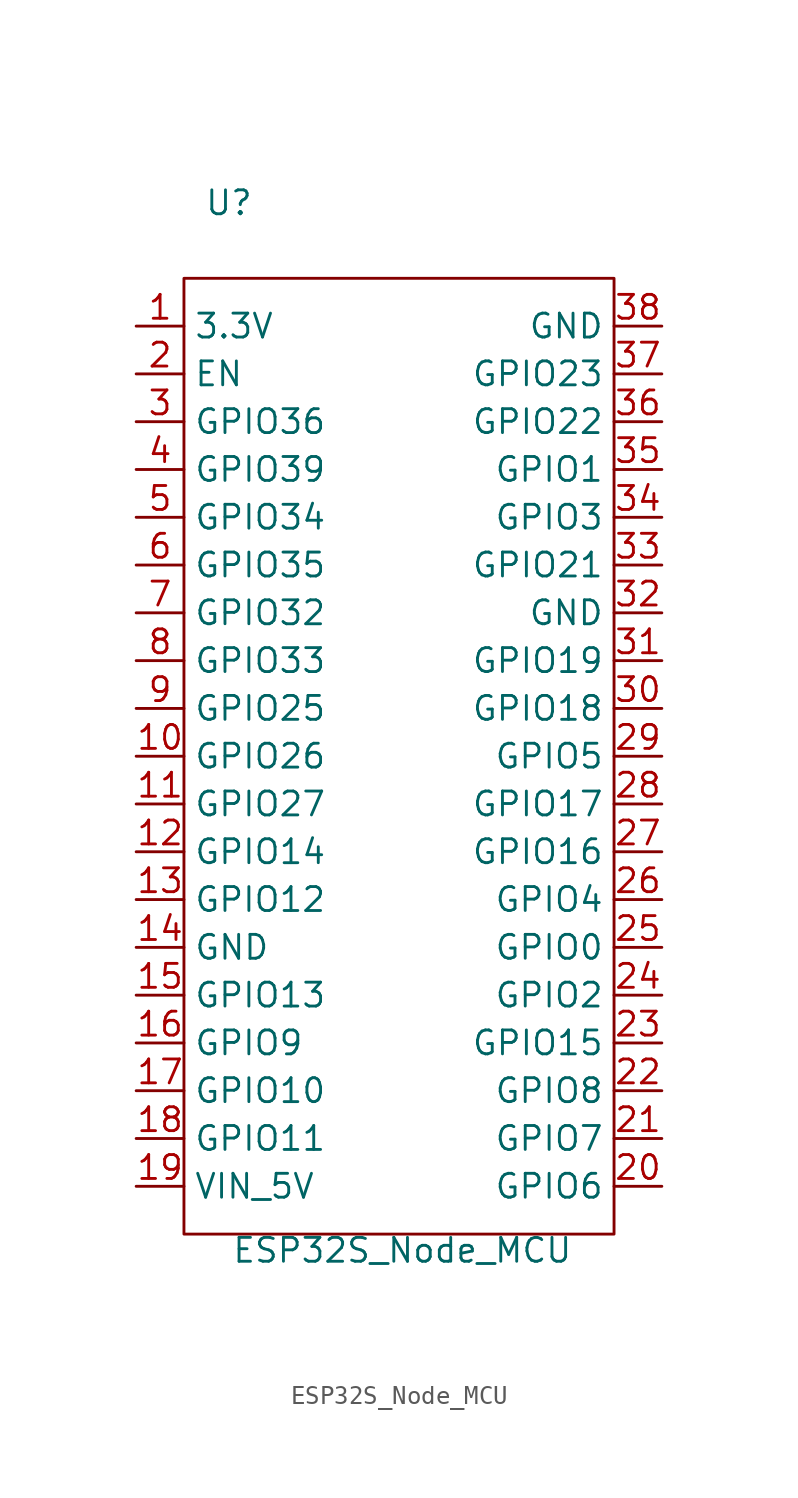
<source format=kicad_sym>
(kicad_symbol_lib
  (version 20211014)
  (generator kicad_symbol_editor)
  (symbol "ESP32S_Node_MCU"
    (property "Reference" "U"
      (at -9.042 30.683 0)
      (effects (font (size 1.27 1.27))))
    (property "Value" "ESP32S_Node_MCU"
      (at 0.178 -24.994 0)
      (effects (font (size 1.27 1.27))))
    (symbol "ESP32S_Node_MCU_0_1"
      (rectangle (start -11.43 26.67) (end 11.43 -24.13) (stroke (width 0) (type default) (color 0 0 0 0)) (fill (type none))))
    (symbol "ESP32S_Node_MCU_1_1"
      (pin input line (at -13.97 24.13 0) (length 2.54) (name "3.3V" (effects (font (size 1.27 1.27)))) (number "1" (effects (font (size 1.27 1.27)))))
      (pin input line (at -13.97 1.27 0) (length 2.54) (name "GPIO26" (effects (font (size 1.27 1.27)))) (number "10" (effects (font (size 1.27 1.27)))))
      (pin input line (at -13.97 -1.27 0) (length 2.54) (name "GPIO27" (effects (font (size 1.27 1.27)))) (number "11" (effects (font (size 1.27 1.27)))))
      (pin input line (at -13.97 -3.81 0) (length 2.54) (name "GPIO14" (effects (font (size 1.27 1.27)))) (number "12" (effects (font (size 1.27 1.27)))))
      (pin input line (at -13.97 -6.35 0) (length 2.54) (name "GPIO12" (effects (font (size 1.27 1.27)))) (number "13" (effects (font (size 1.27 1.27)))))
      (pin input line (at -13.97 -8.89 0) (length 2.54) (name "GND" (effects (font (size 1.27 1.27)))) (number "14" (effects (font (size 1.27 1.27)))))
      (pin input line (at -13.97 -11.43 0) (length 2.54) (name "GPIO13" (effects (font (size 1.27 1.27)))) (number "15" (effects (font (size 1.27 1.27)))))
      (pin input line (at -13.97 -13.97 0) (length 2.54) (name "GPIO9" (effects (font (size 1.27 1.27)))) (number "16" (effects (font (size 1.27 1.27)))))
      (pin input line (at -13.97 -16.51 0) (length 2.54) (name "GPIO10" (effects (font (size 1.27 1.27)))) (number "17" (effects (font (size 1.27 1.27)))))
      (pin input line (at -13.97 -19.05 0) (length 2.54) (name "GPIO11" (effects (font (size 1.27 1.27)))) (number "18" (effects (font (size 1.27 1.27)))))
      (pin input line (at -13.97 -21.59 0) (length 2.54) (name "VIN_5V" (effects (font (size 1.27 1.27)))) (number "19" (effects (font (size 1.27 1.27)))))
      (pin input line (at -13.97 21.59 0) (length 2.54) (name "EN" (effects (font (size 1.27 1.27)))) (number "2" (effects (font (size 1.27 1.27)))) (alternate "RESET" input line))
      (pin input line (at 13.97 -21.59 180) (length 2.54) (name "GPIO6" (effects (font (size 1.27 1.27)))) (number "20" (effects (font (size 1.27 1.27)))))
      (pin input line (at 13.97 -19.05 180) (length 2.54) (name "GPIO7" (effects (font (size 1.27 1.27)))) (number "21" (effects (font (size 1.27 1.27)))))
      (pin input line (at 13.97 -16.51 180) (length 2.54) (name "GPIO8" (effects (font (size 1.27 1.27)))) (number "22" (effects (font (size 1.27 1.27)))))
      (pin input line (at 13.97 -13.97 180) (length 2.54) (name "GPIO15" (effects (font (size 1.27 1.27)))) (number "23" (effects (font (size 1.27 1.27)))))
      (pin input line (at 13.97 -11.43 180) (length 2.54) (name "GPIO2" (effects (font (size 1.27 1.27)))) (number "24" (effects (font (size 1.27 1.27)))))
      (pin input line (at 13.97 -8.89 180) (length 2.54) (name "GPIO0" (effects (font (size 1.27 1.27)))) (number "25" (effects (font (size 1.27 1.27)))))
      (pin input line (at 13.97 -6.35 180) (length 2.54) (name "GPIO4" (effects (font (size 1.27 1.27)))) (number "26" (effects (font (size 1.27 1.27)))))
      (pin input line (at 13.97 -3.81 180) (length 2.54) (name "GPIO16" (effects (font (size 1.27 1.27)))) (number "27" (effects (font (size 1.27 1.27)))))
      (pin input line (at 13.97 -1.27 180) (length 2.54) (name "GPIO17" (effects (font (size 1.27 1.27)))) (number "28" (effects (font (size 1.27 1.27)))))
      (pin input line (at 13.97 1.27 180) (length 2.54) (name "GPIO5" (effects (font (size 1.27 1.27)))) (number "29" (effects (font (size 1.27 1.27)))))
      (pin input line (at -13.97 19.05 0) (length 2.54) (name "GPIO36" (effects (font (size 1.27 1.27)))) (number "3" (effects (font (size 1.27 1.27)))) (alternate "ADC0" input line))
      (pin input line (at 13.97 3.81 180) (length 2.54) (name "GPIO18" (effects (font (size 1.27 1.27)))) (number "30" (effects (font (size 1.27 1.27)))))
      (pin input line (at 13.97 6.35 180) (length 2.54) (name "GPIO19" (effects (font (size 1.27 1.27)))) (number "31" (effects (font (size 1.27 1.27)))))
      (pin input line (at 13.97 8.89 180) (length 2.54) (name "GND" (effects (font (size 1.27 1.27)))) (number "32" (effects (font (size 1.27 1.27)))))
      (pin input line (at 13.97 11.43 180) (length 2.54) (name "GPIO21" (effects (font (size 1.27 1.27)))) (number "33" (effects (font (size 1.27 1.27)))))
      (pin input line (at 13.97 13.97 180) (length 2.54) (name "GPIO3" (effects (font (size 1.27 1.27)))) (number "34" (effects (font (size 1.27 1.27)))))
      (pin input line (at 13.97 16.51 180) (length 2.54) (name "GPIO1" (effects (font (size 1.27 1.27)))) (number "35" (effects (font (size 1.27 1.27)))))
      (pin input line (at 13.97 19.05 180) (length 2.54) (name "GPIO22" (effects (font (size 1.27 1.27)))) (number "36" (effects (font (size 1.27 1.27)))))
      (pin input line (at 13.97 21.59 180) (length 2.54) (name "GPIO23" (effects (font (size 1.27 1.27)))) (number "37" (effects (font (size 1.27 1.27)))))
      (pin input line (at 13.97 24.13 180) (length 2.54) (name "GND" (effects (font (size 1.27 1.27)))) (number "38" (effects (font (size 1.27 1.27)))))
      (pin input line (at -13.97 16.51 0) (length 2.54) (name "GPIO39" (effects (font (size 1.27 1.27)))) (number "4" (effects (font (size 1.27 1.27)))) (alternate "ADC3" input line))
      (pin input line (at -13.97 13.97 0) (length 2.54) (name "GPIO34" (effects (font (size 1.27 1.27)))) (number "5" (effects (font (size 1.27 1.27)))) (alternate "ADC6" input line))
      (pin input line (at -13.97 11.43 0) (length 2.54) (name "GPIO35" (effects (font (size 1.27 1.27)))) (number "6" (effects (font (size 1.27 1.27)))) (alternate "ADC7" input line))
      (pin input line (at -13.97 8.89 0) (length 2.54) (name "GPIO32" (effects (font (size 1.27 1.27)))) (number "7" (effects (font (size 1.27 1.27)))))
      (pin input line (at -13.97 6.35 0) (length 2.54) (name "GPIO33" (effects (font (size 1.27 1.27)))) (number "8" (effects (font (size 1.27 1.27)))))
      (pin input line (at -13.97 3.81 0) (length 2.54) (name "GPIO25" (effects (font (size 1.27 1.27)))) (number "9" (effects (font (size 1.27 1.27))))))))
</source>
